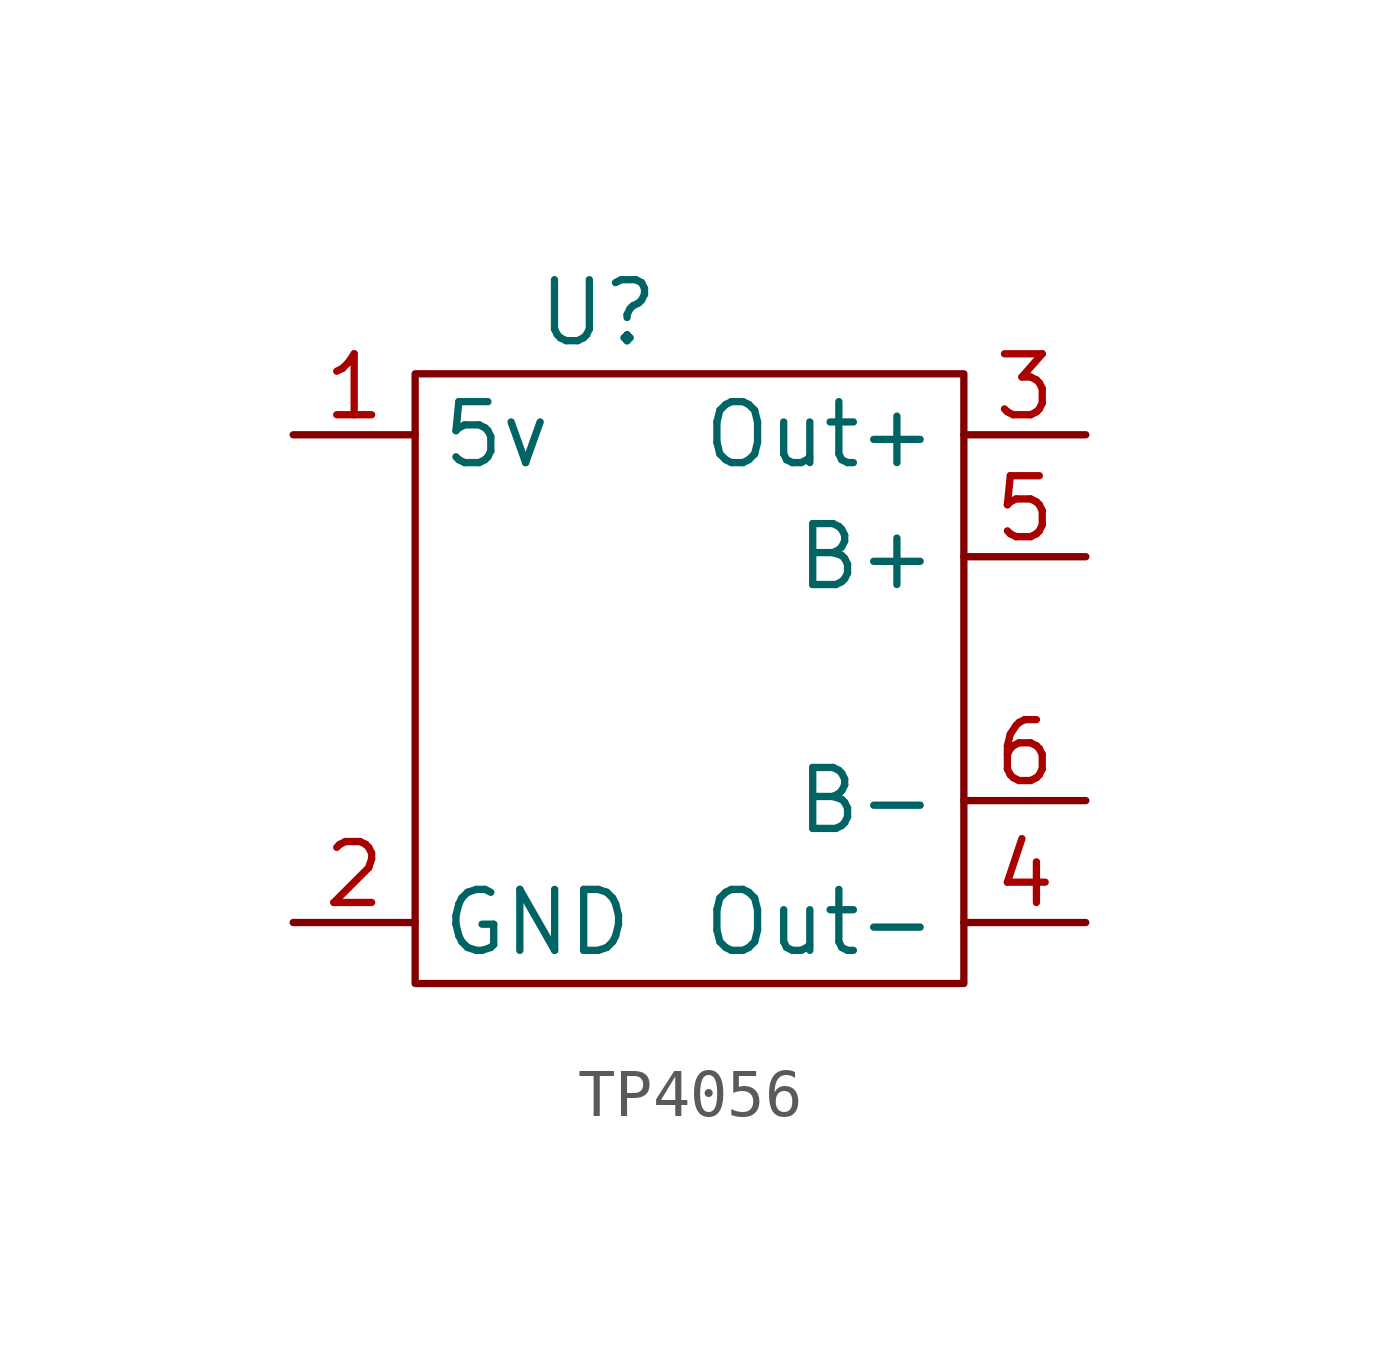
<source format=kicad_sym>
(kicad_symbol_lib
  (version 20231120)
  (generator "kicad_symbol_editor")
  (generator_version "8.0")
  (symbol "TP4056"
    (property "Reference" "U"
      (at 0 0 0)
      (effects (font (size 1.27 1.27))))
    (property "Value" ""
      (at 0 0 0)
      (effects (font (size 1.27 1.27))))
    (symbol "TP4056_0_1"
      (rectangle (start -3.81 -1.27) (end 7.62 -13.97) (stroke (width 0) (type default)) (fill (type none))))
    (symbol "TP4056_1_1"
      (pin input line (at -6.35 -2.54 0) (length 2.54) (name "5v" (effects (font (size 1.27 1.27)))) (number "1" (effects (font (size 1.27 1.27)))))
      (pin input line (at -6.35 -12.7 0) (length 2.54) (name "GND" (effects (font (size 1.27 1.27)))) (number "2" (effects (font (size 1.27 1.27)))))
      (pin output line (at 10.16 -2.54 180) (length 2.54) (name "Out+" (effects (font (size 1.27 1.27)))) (number "3" (effects (font (size 1.27 1.27)))))
      (pin output line (at 10.16 -12.7 180) (length 2.54) (name "Out-" (effects (font (size 1.27 1.27)))) (number "4" (effects (font (size 1.27 1.27)))))
      (pin output line (at 10.16 -5.08 180) (length 2.54) (name "B+" (effects (font (size 1.27 1.27)))) (number "5" (effects (font (size 1.27 1.27)))))
      (pin output line (at 10.16 -10.16 180) (length 2.54) (name "B-" (effects (font (size 1.27 1.27)))) (number "6" (effects (font (size 1.27 1.27))))))))
</source>
